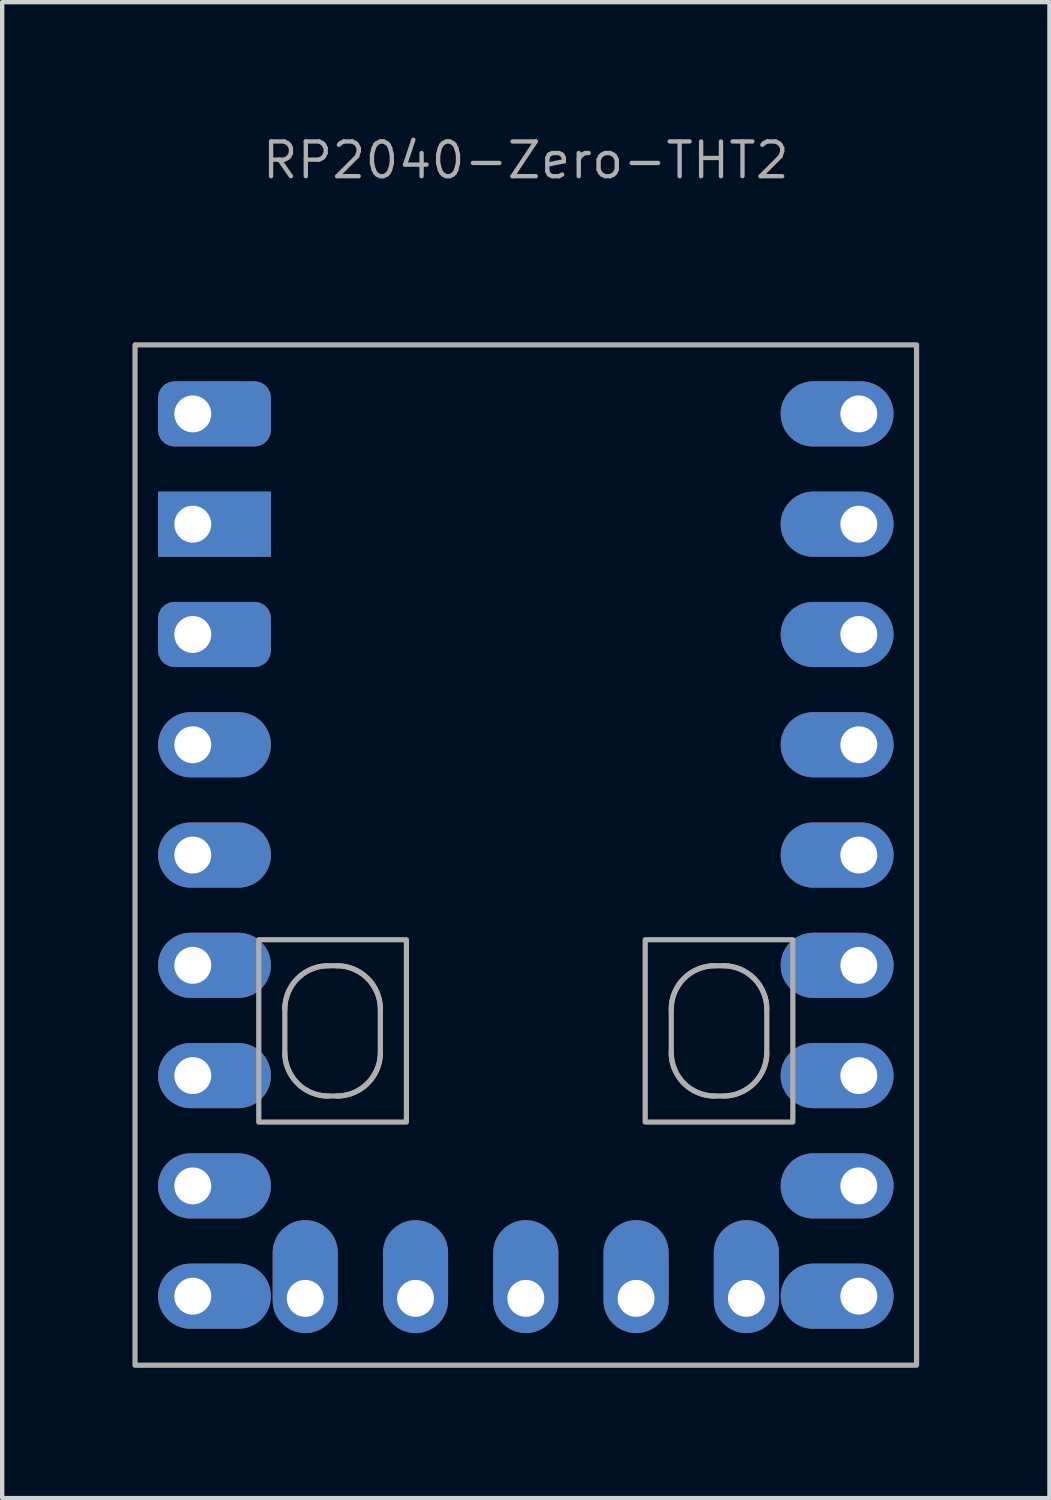
<source format=kicad_pcb>
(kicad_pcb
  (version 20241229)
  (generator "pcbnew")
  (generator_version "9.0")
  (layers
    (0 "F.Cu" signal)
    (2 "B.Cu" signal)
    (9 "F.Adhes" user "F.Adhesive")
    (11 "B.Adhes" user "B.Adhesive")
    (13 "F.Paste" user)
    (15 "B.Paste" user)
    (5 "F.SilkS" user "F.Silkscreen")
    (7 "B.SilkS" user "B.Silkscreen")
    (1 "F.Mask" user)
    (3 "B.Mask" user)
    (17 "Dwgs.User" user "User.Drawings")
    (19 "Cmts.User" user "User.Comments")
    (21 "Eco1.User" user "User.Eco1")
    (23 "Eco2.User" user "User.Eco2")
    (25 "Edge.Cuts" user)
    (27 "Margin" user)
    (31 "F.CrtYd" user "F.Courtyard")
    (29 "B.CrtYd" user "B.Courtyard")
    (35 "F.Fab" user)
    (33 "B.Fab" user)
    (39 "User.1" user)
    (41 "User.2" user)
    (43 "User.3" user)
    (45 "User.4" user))
  (footprint "RP2040-Zero-THT2"
    (layer "F.Cu")
    (at 9.06 16.643)
    (property "Reference" "RP2040-Zero-THT2" (at 0 -16 0) (layer "F.Fab") (effects (font (size 0.8 0.8) (thickness 0.1))))
    (attr through_hole exclude_from_pos_files)
    (fp_line (start -5.55 4.55) (end -5.55 3.55) (stroke (width 0.12) (type solid)) (layer "F.Fab"))
    (fp_line (start -5.55 3.55) (end -5.549 3.499) (stroke (width 0.12) (type solid)) (layer "F.Fab"))
    (fp_line (start -5.549 3.499) (end -5.545 3.448) (stroke (width 0.12) (type solid)) (layer "F.Fab"))
    (fp_line (start -5.549 4.601) (end -5.55 4.55) (stroke (width 0.12) (type solid)) (layer "F.Fab"))
    (fp_line (start -5.545 3.448) (end -5.538 3.398) (stroke (width 0.12) (type solid)) (layer "F.Fab"))
    (fp_line (start -5.545 4.652) (end -5.549 4.601) (stroke (width 0.12) (type solid)) (layer "F.Fab"))
    (fp_line (start -5.538 3.398) (end -5.53 3.349) (stroke (width 0.12) (type solid)) (layer "F.Fab"))
    (fp_line (start -5.538 4.702) (end -5.545 4.652) (stroke (width 0.12) (type solid)) (layer "F.Fab"))
    (fp_line (start -5.53 3.349) (end -5.518 3.3) (stroke (width 0.12) (type solid)) (layer "F.Fab"))
    (fp_line (start -5.53 4.751) (end -5.538 4.702) (stroke (width 0.12) (type solid)) (layer "F.Fab"))
    (fp_line (start -5.518 3.3) (end -5.505 3.253) (stroke (width 0.12) (type solid)) (layer "F.Fab"))
    (fp_line (start -5.518 4.8) (end -5.53 4.751) (stroke (width 0.12) (type solid)) (layer "F.Fab"))
    (fp_line (start -5.505 3.253) (end -5.489 3.206) (stroke (width 0.12) (type solid)) (layer "F.Fab"))
    (fp_line (start -5.505 4.847) (end -5.518 4.8) (stroke (width 0.12) (type solid)) (layer "F.Fab"))
    (fp_line (start -5.489 3.206) (end -5.471 3.161) (stroke (width 0.12) (type solid)) (layer "F.Fab"))
    (fp_line (start -5.489 4.894) (end -5.505 4.847) (stroke (width 0.12) (type solid)) (layer "F.Fab"))
    (fp_line (start -5.471 3.161) (end -5.451 3.117) (stroke (width 0.12) (type solid)) (layer "F.Fab"))
    (fp_line (start -5.471 4.939) (end -5.489 4.894) (stroke (width 0.12) (type solid)) (layer "F.Fab"))
    (fp_line (start -5.451 3.117) (end -5.429 3.074) (stroke (width 0.12) (type solid)) (layer "F.Fab"))
    (fp_line (start -5.451 4.983) (end -5.471 4.939) (stroke (width 0.12) (type solid)) (layer "F.Fab"))
    (fp_line (start -5.429 3.074) (end -5.405 3.032) (stroke (width 0.12) (type solid)) (layer "F.Fab"))
    (fp_line (start -5.429 5.026) (end -5.451 4.983) (stroke (width 0.12) (type solid)) (layer "F.Fab"))
    (fp_line (start -5.405 3.032) (end -5.379 2.991) (stroke (width 0.12) (type solid)) (layer "F.Fab"))
    (fp_line (start -5.405 5.068) (end -5.429 5.026) (stroke (width 0.12) (type solid)) (layer "F.Fab"))
    (fp_line (start -5.379 2.991) (end -5.351 2.952) (stroke (width 0.12) (type solid)) (layer "F.Fab"))
    (fp_line (start -5.379 5.109) (end -5.405 5.068) (stroke (width 0.12) (type solid)) (layer "F.Fab"))
    (fp_line (start -5.351 2.952) (end -5.322 2.914) (stroke (width 0.12) (type solid)) (layer "F.Fab"))
    (fp_line (start -5.351 5.148) (end -5.379 5.109) (stroke (width 0.12) (type solid)) (layer "F.Fab"))
    (fp_line (start -5.322 2.914) (end -5.29 2.878) (stroke (width 0.12) (type solid)) (layer "F.Fab"))
    (fp_line (start -5.322 5.186) (end -5.351 5.148) (stroke (width 0.12) (type solid)) (layer "F.Fab"))
    (fp_line (start -5.29 2.878) (end -5.257 2.843) (stroke (width 0.12) (type solid)) (layer "F.Fab"))
    (fp_line (start -5.29 5.222) (end -5.322 5.186) (stroke (width 0.12) (type solid)) (layer "F.Fab"))
    (fp_line (start -5.257 2.843) (end -5.222 2.81) (stroke (width 0.12) (type solid)) (layer "F.Fab"))
    (fp_line (start -5.257 5.257) (end -5.29 5.222) (stroke (width 0.12) (type solid)) (layer "F.Fab"))
    (fp_line (start -5.222 2.81) (end -5.186 2.778) (stroke (width 0.12) (type solid)) (layer "F.Fab"))
    (fp_line (start -5.222 5.29) (end -5.257 5.257) (stroke (width 0.12) (type solid)) (layer "F.Fab"))
    (fp_line (start -5.186 2.778) (end -5.148 2.749) (stroke (width 0.12) (type solid)) (layer "F.Fab"))
    (fp_line (start -5.186 5.322) (end -5.222 5.29) (stroke (width 0.12) (type solid)) (layer "F.Fab"))
    (fp_line (start -5.148 2.749) (end -5.109 2.721) (stroke (width 0.12) (type solid)) (layer "F.Fab"))
    (fp_line (start -5.148 5.351) (end -5.186 5.322) (stroke (width 0.12) (type solid)) (layer "F.Fab"))
    (fp_line (start -5.109 2.721) (end -5.068 2.695) (stroke (width 0.12) (type solid)) (layer "F.Fab"))
    (fp_line (start -5.109 5.379) (end -5.148 5.351) (stroke (width 0.12) (type solid)) (layer "F.Fab"))
    (fp_line (start -5.068 2.695) (end -5.026 2.671) (stroke (width 0.12) (type solid)) (layer "F.Fab"))
    (fp_line (start -5.068 5.405) (end -5.109 5.379) (stroke (width 0.12) (type solid)) (layer "F.Fab"))
    (fp_line (start -5.026 2.671) (end -4.983 2.649) (stroke (width 0.12) (type solid)) (layer "F.Fab"))
    (fp_line (start -5.026 5.429) (end -5.068 5.405) (stroke (width 0.12) (type solid)) (layer "F.Fab"))
    (fp_line (start -4.983 2.649) (end -4.939 2.629) (stroke (width 0.12) (type solid)) (layer "F.Fab"))
    (fp_line (start -4.983 5.451) (end -5.026 5.429) (stroke (width 0.12) (type solid)) (layer "F.Fab"))
    (fp_line (start -4.939 2.629) (end -4.894 2.611) (stroke (width 0.12) (type solid)) (layer "F.Fab"))
    (fp_line (start -4.939 5.471) (end -4.983 5.451) (stroke (width 0.12) (type solid)) (layer "F.Fab"))
    (fp_line (start -4.894 2.611) (end -4.847 2.595) (stroke (width 0.12) (type solid)) (layer "F.Fab"))
    (fp_line (start -4.894 5.489) (end -4.939 5.471) (stroke (width 0.12) (type solid)) (layer "F.Fab"))
    (fp_line (start -4.847 2.595) (end -4.8 2.582) (stroke (width 0.12) (type solid)) (layer "F.Fab"))
    (fp_line (start -4.847 5.505) (end -4.894 5.489) (stroke (width 0.12) (type solid)) (layer "F.Fab"))
    (fp_line (start -4.8 2.582) (end -4.751 2.57) (stroke (width 0.12) (type solid)) (layer "F.Fab"))
    (fp_line (start -4.8 5.518) (end -4.847 5.505) (stroke (width 0.12) (type solid)) (layer "F.Fab"))
    (fp_line (start -4.751 2.57) (end -4.702 2.562) (stroke (width 0.12) (type solid)) (layer "F.Fab"))
    (fp_line (start -4.751 5.53) (end -4.8 5.518) (stroke (width 0.12) (type solid)) (layer "F.Fab"))
    (fp_line (start -4.702 2.562) (end -4.652 2.555) (stroke (width 0.12) (type solid)) (layer "F.Fab"))
    (fp_line (start -4.702 5.538) (end -4.751 5.53) (stroke (width 0.12) (type solid)) (layer "F.Fab"))
    (fp_line (start -4.652 2.555) (end -4.601 2.551) (stroke (width 0.12) (type solid)) (layer "F.Fab"))
    (fp_line (start -4.652 5.545) (end -4.702 5.538) (stroke (width 0.12) (type solid)) (layer "F.Fab"))
    (fp_line (start -4.601 2.551) (end -4.55 2.55) (stroke (width 0.12) (type solid)) (layer "F.Fab"))
    (fp_line (start -4.601 5.549) (end -4.652 5.545) (stroke (width 0.12) (type solid)) (layer "F.Fab"))
    (fp_line (start -4.55 2.55) (end -4.35 2.55) (stroke (width 0.12) (type solid)) (layer "F.Fab"))
    (fp_line (start -4.55 5.55) (end -4.601 5.549) (stroke (width 0.12) (type solid)) (layer "F.Fab"))
    (fp_line (start -4.35 2.55) (end -4.299 2.551) (stroke (width 0.12) (type solid)) (layer "F.Fab"))
    (fp_line (start -4.35 5.55) (end -4.55 5.55) (stroke (width 0.12) (type solid)) (layer "F.Fab"))
    (fp_line (start -4.299 2.551) (end -4.248 2.555) (stroke (width 0.12) (type solid)) (layer "F.Fab"))
    (fp_line (start -4.299 5.549) (end -4.35 5.55) (stroke (width 0.12) (type solid)) (layer "F.Fab"))
    (fp_line (start -4.248 2.555) (end -4.198 2.562) (stroke (width 0.12) (type solid)) (layer "F.Fab"))
    (fp_line (start -4.248 5.545) (end -4.299 5.549) (stroke (width 0.12) (type solid)) (layer "F.Fab"))
    (fp_line (start -4.198 2.562) (end -4.149 2.57) (stroke (width 0.12) (type solid)) (layer "F.Fab"))
    (fp_line (start -4.198 5.538) (end -4.248 5.545) (stroke (width 0.12) (type solid)) (layer "F.Fab"))
    (fp_line (start -4.149 2.57) (end -4.1 2.582) (stroke (width 0.12) (type solid)) (layer "F.Fab"))
    (fp_line (start -4.149 5.53) (end -4.198 5.538) (stroke (width 0.12) (type solid)) (layer "F.Fab"))
    (fp_line (start -4.1 5.518) (end -4.149 5.53) (stroke (width 0.12) (type solid)) (layer "F.Fab"))
    (fp_line (start -4.1 2.582) (end -4.053 2.595) (stroke (width 0.12) (type solid)) (layer "F.Fab"))
    (fp_line (start -4.053 2.595) (end -4.006 2.611) (stroke (width 0.12) (type solid)) (layer "F.Fab"))
    (fp_line (start -4.053 5.505) (end -4.1 5.518) (stroke (width 0.12) (type solid)) (layer "F.Fab"))
    (fp_line (start -4.006 2.611) (end -3.961 2.629) (stroke (width 0.12) (type solid)) (layer "F.Fab"))
    (fp_line (start -4.006 5.489) (end -4.053 5.505) (stroke (width 0.12) (type solid)) (layer "F.Fab"))
    (fp_line (start -3.961 2.629) (end -3.917 2.649) (stroke (width 0.12) (type solid)) (layer "F.Fab"))
    (fp_line (start -3.961 5.471) (end -4.006 5.489) (stroke (width 0.12) (type solid)) (layer "F.Fab"))
    (fp_line (start -3.917 2.649) (end -3.874 2.671) (stroke (width 0.12) (type solid)) (layer "F.Fab"))
    (fp_line (start -3.917 5.451) (end -3.961 5.471) (stroke (width 0.12) (type solid)) (layer "F.Fab"))
    (fp_line (start -3.874 2.671) (end -3.832 2.695) (stroke (width 0.12) (type solid)) (layer "F.Fab"))
    (fp_line (start -3.874 5.429) (end -3.917 5.451) (stroke (width 0.12) (type solid)) (layer "F.Fab"))
    (fp_line (start -3.832 5.405) (end -3.874 5.429) (stroke (width 0.12) (type solid)) (layer "F.Fab"))
    (fp_line (start -3.832 2.695) (end -3.791 2.721) (stroke (width 0.12) (type solid)) (layer "F.Fab"))
    (fp_line (start -3.791 2.721) (end -3.752 2.749) (stroke (width 0.12) (type solid)) (layer "F.Fab"))
    (fp_line (start -3.791 5.379) (end -3.832 5.405) (stroke (width 0.12) (type solid)) (layer "F.Fab"))
    (fp_line (start -3.752 2.749) (end -3.714 2.778) (stroke (width 0.12) (type solid)) (layer "F.Fab"))
    (fp_line (start -3.752 5.351) (end -3.791 5.379) (stroke (width 0.12) (type solid)) (layer "F.Fab"))
    (fp_line (start -3.714 2.778) (end -3.678 2.81) (stroke (width 0.12) (type solid)) (layer "F.Fab"))
    (fp_line (start -3.714 5.322) (end -3.752 5.351) (stroke (width 0.12) (type solid)) (layer "F.Fab"))
    (fp_line (start -3.678 2.81) (end -3.643 2.843) (stroke (width 0.12) (type solid)) (layer "F.Fab"))
    (fp_line (start -3.678 5.29) (end -3.714 5.322) (stroke (width 0.12) (type solid)) (layer "F.Fab"))
    (fp_line (start -3.643 2.843) (end -3.61 2.878) (stroke (width 0.12) (type solid)) (layer "F.Fab"))
    (fp_line (start -3.643 5.257) (end -3.678 5.29) (stroke (width 0.12) (type solid)) (layer "F.Fab"))
    (fp_line (start -3.61 2.878) (end -3.578 2.914) (stroke (width 0.12) (type solid)) (layer "F.Fab"))
    (fp_line (start -3.61 5.222) (end -3.643 5.257) (stroke (width 0.12) (type solid)) (layer "F.Fab"))
    (fp_line (start -3.578 2.914) (end -3.549 2.952) (stroke (width 0.12) (type solid)) (layer "F.Fab"))
    (fp_line (start -3.578 5.186) (end -3.61 5.222) (stroke (width 0.12) (type solid)) (layer "F.Fab"))
    (fp_line (start -3.549 2.952) (end -3.521 2.991) (stroke (width 0.12) (type solid)) (layer "F.Fab"))
    (fp_line (start -3.549 5.148) (end -3.578 5.186) (stroke (width 0.12) (type solid)) (layer "F.Fab"))
    (fp_line (start -3.521 2.991) (end -3.495 3.032) (stroke (width 0.12) (type solid)) (layer "F.Fab"))
    (fp_line (start -3.521 5.109) (end -3.549 5.148) (stroke (width 0.12) (type solid)) (layer "F.Fab"))
    (fp_line (start -3.495 3.032) (end -3.471 3.074) (stroke (width 0.12) (type solid)) (layer "F.Fab"))
    (fp_line (start -3.495 5.068) (end -3.521 5.109) (stroke (width 0.12) (type solid)) (layer "F.Fab"))
    (fp_line (start -3.471 3.074) (end -3.449 3.117) (stroke (width 0.12) (type solid)) (layer "F.Fab"))
    (fp_line (start -3.471 5.026) (end -3.495 5.068) (stroke (width 0.12) (type solid)) (layer "F.Fab"))
    (fp_line (start -3.449 3.117) (end -3.429 3.161) (stroke (width 0.12) (type solid)) (layer "F.Fab"))
    (fp_line (start -3.449 4.983) (end -3.471 5.026) (stroke (width 0.12) (type solid)) (layer "F.Fab"))
    (fp_line (start -3.429 4.939) (end -3.449 4.983) (stroke (width 0.12) (type solid)) (layer "F.Fab"))
    (fp_line (start -3.429 3.161) (end -3.411 3.206) (stroke (width 0.12) (type solid)) (layer "F.Fab"))
    (fp_line (start -3.411 4.894) (end -3.429 4.939) (stroke (width 0.12) (type solid)) (layer "F.Fab"))
    (fp_line (start -3.411 3.206) (end -3.395 3.253) (stroke (width 0.12) (type solid)) (layer "F.Fab"))
    (fp_line (start -3.395 3.253) (end -3.382 3.3) (stroke (width 0.12) (type solid)) (layer "F.Fab"))
    (fp_line (start -3.395 4.847) (end -3.411 4.894) (stroke (width 0.12) (type solid)) (layer "F.Fab"))
    (fp_line (start -3.382 4.8) (end -3.395 4.847) (stroke (width 0.12) (type solid)) (layer "F.Fab"))
    (fp_line (start -3.382 3.3) (end -3.37 3.349) (stroke (width 0.12) (type solid)) (layer "F.Fab"))
    (fp_line (start -3.37 3.349) (end -3.362 3.398) (stroke (width 0.12) (type solid)) (layer "F.Fab"))
    (fp_line (start -3.37 4.751) (end -3.382 4.8) (stroke (width 0.12) (type solid)) (layer "F.Fab"))
    (fp_line (start -3.362 3.398) (end -3.355 3.448) (stroke (width 0.12) (type solid)) (layer "F.Fab"))
    (fp_line (start -3.362 4.702) (end -3.37 4.751) (stroke (width 0.12) (type solid)) (layer "F.Fab"))
    (fp_line (start -3.355 3.448) (end -3.351 3.499) (stroke (width 0.12) (type solid)) (layer "F.Fab"))
    (fp_line (start -3.355 4.652) (end -3.362 4.702) (stroke (width 0.12) (type solid)) (layer "F.Fab"))
    (fp_line (start -3.351 3.499) (end -3.35 3.55) (stroke (width 0.12) (type solid)) (layer "F.Fab"))
    (fp_line (start -3.351 4.601) (end -3.355 4.652) (stroke (width 0.12) (type solid)) (layer "F.Fab"))
    (fp_line (start -3.35 3.55) (end -3.35 4.55) (stroke (width 0.12) (type solid)) (layer "F.Fab"))
    (fp_line (start -3.35 4.55) (end -3.351 4.601) (stroke (width 0.12) (type solid)) (layer "F.Fab"))
    (fp_line (start 3.35 3.55) (end 3.351 3.499) (stroke (width 0.12) (type solid)) (layer "F.Fab"))
    (fp_line (start 3.35 4.55) (end 3.35 3.55) (stroke (width 0.12) (type solid)) (layer "F.Fab"))
    (fp_line (start 3.351 3.499) (end 3.355 3.448) (stroke (width 0.12) (type solid)) (layer "F.Fab"))
    (fp_line (start 3.351 4.601) (end 3.35 4.55) (stroke (width 0.12) (type solid)) (layer "F.Fab"))
    (fp_line (start 3.355 3.448) (end 3.362 3.398) (stroke (width 0.12) (type solid)) (layer "F.Fab"))
    (fp_line (start 3.355 4.652) (end 3.351 4.601) (stroke (width 0.12) (type solid)) (layer "F.Fab"))
    (fp_line (start 3.362 3.398) (end 3.37 3.349) (stroke (width 0.12) (type solid)) (layer "F.Fab"))
    (fp_line (start 3.362 4.702) (end 3.355 4.652) (stroke (width 0.12) (type solid)) (layer "F.Fab"))
    (fp_line (start 3.37 3.349) (end 3.382 3.3) (stroke (width 0.12) (type solid)) (layer "F.Fab"))
    (fp_line (start 3.37 4.751) (end 3.362 4.702) (stroke (width 0.12) (type solid)) (layer "F.Fab"))
    (fp_line (start 3.382 3.3) (end 3.395 3.253) (stroke (width 0.12) (type solid)) (layer "F.Fab"))
    (fp_line (start 3.382 4.8) (end 3.37 4.751) (stroke (width 0.12) (type solid)) (layer "F.Fab"))
    (fp_line (start 3.395 3.253) (end 3.411 3.206) (stroke (width 0.12) (type solid)) (layer "F.Fab"))
    (fp_line (start 3.395 4.847) (end 3.382 4.8) (stroke (width 0.12) (type solid)) (layer "F.Fab"))
    (fp_line (start 3.411 3.206) (end 3.429 3.161) (stroke (width 0.12) (type solid)) (layer "F.Fab"))
    (fp_line (start 3.411 4.894) (end 3.395 4.847) (stroke (width 0.12) (type solid)) (layer "F.Fab"))
    (fp_line (start 3.429 3.161) (end 3.449 3.117) (stroke (width 0.12) (type solid)) (layer "F.Fab"))
    (fp_line (start 3.429 4.939) (end 3.411 4.894) (stroke (width 0.12) (type solid)) (layer "F.Fab"))
    (fp_line (start 3.449 3.117) (end 3.471 3.074) (stroke (width 0.12) (type solid)) (layer "F.Fab"))
    (fp_line (start 3.449 4.983) (end 3.429 4.939) (stroke (width 0.12) (type solid)) (layer "F.Fab"))
    (fp_line (start 3.471 3.074) (end 3.495 3.032) (stroke (width 0.12) (type solid)) (layer "F.Fab"))
    (fp_line (start 3.471 5.026) (end 3.449 4.983) (stroke (width 0.12) (type solid)) (layer "F.Fab"))
    (fp_line (start 3.495 3.032) (end 3.521 2.991) (stroke (width 0.12) (type solid)) (layer "F.Fab"))
    (fp_line (start 3.495 5.068) (end 3.471 5.026) (stroke (width 0.12) (type solid)) (layer "F.Fab"))
    (fp_line (start 3.521 2.991) (end 3.549 2.952) (stroke (width 0.12) (type solid)) (layer "F.Fab"))
    (fp_line (start 3.521 5.109) (end 3.495 5.068) (stroke (width 0.12) (type solid)) (layer "F.Fab"))
    (fp_line (start 3.549 2.952) (end 3.578 2.914) (stroke (width 0.12) (type solid)) (layer "F.Fab"))
    (fp_line (start 3.549 5.148) (end 3.521 5.109) (stroke (width 0.12) (type solid)) (layer "F.Fab"))
    (fp_line (start 3.578 2.914) (end 3.61 2.878) (stroke (width 0.12) (type solid)) (layer "F.Fab"))
    (fp_line (start 3.578 5.186) (end 3.549 5.148) (stroke (width 0.12) (type solid)) (layer "F.Fab"))
    (fp_line (start 3.61 2.878) (end 3.643 2.843) (stroke (width 0.12) (type solid)) (layer "F.Fab"))
    (fp_line (start 3.61 5.222) (end 3.578 5.186) (stroke (width 0.12) (type solid)) (layer "F.Fab"))
    (fp_line (start 3.643 5.257) (end 3.61 5.222) (stroke (width 0.12) (type solid)) (layer "F.Fab"))
    (fp_line (start 3.643 2.843) (end 3.678 2.81) (stroke (width 0.12) (type solid)) (layer "F.Fab"))
    (fp_line (start 3.678 2.81) (end 3.714 2.778) (stroke (width 0.12) (type solid)) (layer "F.Fab"))
    (fp_line (start 3.678 5.29) (end 3.643 5.257) (stroke (width 0.12) (type solid)) (layer "F.Fab"))
    (fp_line (start 3.714 2.778) (end 3.752 2.749) (stroke (width 0.12) (type solid)) (layer "F.Fab"))
    (fp_line (start 3.714 5.322) (end 3.678 5.29) (stroke (width 0.12) (type solid)) (layer "F.Fab"))
    (fp_line (start 3.752 2.749) (end 3.791 2.721) (stroke (width 0.12) (type solid)) (layer "F.Fab"))
    (fp_line (start 3.752 5.351) (end 3.714 5.322) (stroke (width 0.12) (type solid)) (layer "F.Fab"))
    (fp_line (start 3.791 2.721) (end 3.832 2.695) (stroke (width 0.12) (type solid)) (layer "F.Fab"))
    (fp_line (start 3.791 5.379) (end 3.752 5.351) (stroke (width 0.12) (type solid)) (layer "F.Fab"))
    (fp_line (start 3.832 2.695) (end 3.874 2.671) (stroke (width 0.12) (type solid)) (layer "F.Fab"))
    (fp_line (start 3.832 5.405) (end 3.791 5.379) (stroke (width 0.12) (type solid)) (layer "F.Fab"))
    (fp_line (start 3.874 5.429) (end 3.832 5.405) (stroke (width 0.12) (type solid)) (layer "F.Fab"))
    (fp_line (start 3.874 2.671) (end 3.917 2.649) (stroke (width 0.12) (type solid)) (layer "F.Fab"))
    (fp_line (start 3.917 2.649) (end 3.961 2.629) (stroke (width 0.12) (type solid)) (layer "F.Fab"))
    (fp_line (start 3.917 5.451) (end 3.874 5.429) (stroke (width 0.12) (type solid)) (layer "F.Fab"))
    (fp_line (start 3.961 2.629) (end 4.006 2.611) (stroke (width 0.12) (type solid)) (layer "F.Fab"))
    (fp_line (start 3.961 5.471) (end 3.917 5.451) (stroke (width 0.12) (type solid)) (layer "F.Fab"))
    (fp_line (start 4.006 2.611) (end 4.053 2.595) (stroke (width 0.12) (type solid)) (layer "F.Fab"))
    (fp_line (start 4.006 5.489) (end 3.961 5.471) (stroke (width 0.12) (type solid)) (layer "F.Fab"))
    (fp_line (start 4.053 2.595) (end 4.1 2.582) (stroke (width 0.12) (type solid)) (layer "F.Fab"))
    (fp_line (start 4.053 5.505) (end 4.006 5.489) (stroke (width 0.12) (type solid)) (layer "F.Fab"))
    (fp_line (start 4.1 2.582) (end 4.149 2.57) (stroke (width 0.12) (type solid)) (layer "F.Fab"))
    (fp_line (start 4.1 5.518) (end 4.053 5.505) (stroke (width 0.12) (type solid)) (layer "F.Fab"))
    (fp_line (start 4.149 2.57) (end 4.198 2.562) (stroke (width 0.12) (type solid)) (layer "F.Fab"))
    (fp_line (start 4.149 5.53) (end 4.1 5.518) (stroke (width 0.12) (type solid)) (layer "F.Fab"))
    (fp_line (start 4.198 5.538) (end 4.149 5.53) (stroke (width 0.12) (type solid)) (layer "F.Fab"))
    (fp_line (start 4.198 2.562) (end 4.248 2.555) (stroke (width 0.12) (type solid)) (layer "F.Fab"))
    (fp_line (start 4.248 2.555) (end 4.299 2.551) (stroke (width 0.12) (type solid)) (layer "F.Fab"))
    (fp_line (start 4.248 5.545) (end 4.198 5.538) (stroke (width 0.12) (type solid)) (layer "F.Fab"))
    (fp_line (start 4.299 2.551) (end 4.35 2.55) (stroke (width 0.12) (type solid)) (layer "F.Fab"))
    (fp_line (start 4.299 5.549) (end 4.248 5.545) (stroke (width 0.12) (type solid)) (layer "F.Fab"))
    (fp_line (start 4.35 2.55) (end 4.55 2.55) (stroke (width 0.12) (type solid)) (layer "F.Fab"))
    (fp_line (start 4.35 5.55) (end 4.299 5.549) (stroke (width 0.12) (type solid)) (layer "F.Fab"))
    (fp_line (start 4.55 2.55) (end 4.601 2.551) (stroke (width 0.12) (type solid)) (layer "F.Fab"))
    (fp_line (start 4.55 5.55) (end 4.35 5.55) (stroke (width 0.12) (type solid)) (layer "F.Fab"))
    (fp_line (start 4.601 2.551) (end 4.652 2.555) (stroke (width 0.12) (type solid)) (layer "F.Fab"))
    (fp_line (start 4.601 5.549) (end 4.55 5.55) (stroke (width 0.12) (type solid)) (layer "F.Fab"))
    (fp_line (start 4.652 2.555) (end 4.702 2.562) (stroke (width 0.12) (type solid)) (layer "F.Fab"))
    (fp_line (start 4.652 5.545) (end 4.601 5.549) (stroke (width 0.12) (type solid)) (layer "F.Fab"))
    (fp_line (start 4.702 2.562) (end 4.751 2.57) (stroke (width 0.12) (type solid)) (layer "F.Fab"))
    (fp_line (start 4.702 5.538) (end 4.652 5.545) (stroke (width 0.12) (type solid)) (layer "F.Fab"))
    (fp_line (start 4.751 2.57) (end 4.8 2.582) (stroke (width 0.12) (type solid)) (layer "F.Fab"))
    (fp_line (start 4.751 5.53) (end 4.702 5.538) (stroke (width 0.12) (type solid)) (layer "F.Fab"))
    (fp_line (start 4.8 2.582) (end 4.847 2.595) (stroke (width 0.12) (type solid)) (layer "F.Fab"))
    (fp_line (start 4.8 5.518) (end 4.751 5.53) (stroke (width 0.12) (type solid)) (layer "F.Fab"))
    (fp_line (start 4.847 5.505) (end 4.8 5.518) (stroke (width 0.12) (type solid)) (layer "F.Fab"))
    (fp_line (start 4.847 2.595) (end 4.894 2.611) (stroke (width 0.12) (type solid)) (layer "F.Fab"))
    (fp_line (start 4.894 2.611) (end 4.939 2.629) (stroke (width 0.12) (type solid)) (layer "F.Fab"))
    (fp_line (start 4.894 5.489) (end 4.847 5.505) (stroke (width 0.12) (type solid)) (layer "F.Fab"))
    (fp_line (start 4.939 2.629) (end 4.983 2.649) (stroke (width 0.12) (type solid)) (layer "F.Fab"))
    (fp_line (start 4.939 5.471) (end 4.894 5.489) (stroke (width 0.12) (type solid)) (layer "F.Fab"))
    (fp_line (start 4.983 2.649) (end 5.026 2.671) (stroke (width 0.12) (type solid)) (layer "F.Fab"))
    (fp_line (start 4.983 5.451) (end 4.939 5.471) (stroke (width 0.12) (type solid)) (layer "F.Fab"))
    (fp_line (start 5.026 2.671) (end 5.068 2.695) (stroke (width 0.12) (type solid)) (layer "F.Fab"))
    (fp_line (start 5.026 5.429) (end 4.983 5.451) (stroke (width 0.12) (type solid)) (layer "F.Fab"))
    (fp_line (start 5.068 2.695) (end 5.109 2.721) (stroke (width 0.12) (type solid)) (layer "F.Fab"))
    (fp_line (start 5.068 5.405) (end 5.026 5.429) (stroke (width 0.12) (type solid)) (layer "F.Fab"))
    (fp_line (start 5.109 2.721) (end 5.148 2.749) (stroke (width 0.12) (type solid)) (layer "F.Fab"))
    (fp_line (start 5.109 5.379) (end 5.068 5.405) (stroke (width 0.12) (type solid)) (layer "F.Fab"))
    (fp_line (start 5.148 2.749) (end 5.186 2.778) (stroke (width 0.12) (type solid)) (layer "F.Fab"))
    (fp_line (start 5.148 5.351) (end 5.109 5.379) (stroke (width 0.12) (type solid)) (layer "F.Fab"))
    (fp_line (start 5.186 2.778) (end 5.222 2.81) (stroke (width 0.12) (type solid)) (layer "F.Fab"))
    (fp_line (start 5.186 5.322) (end 5.148 5.351) (stroke (width 0.12) (type solid)) (layer "F.Fab"))
    (fp_line (start 5.222 2.81) (end 5.257 2.843) (stroke (width 0.12) (type solid)) (layer "F.Fab"))
    (fp_line (start 5.222 5.29) (end 5.186 5.322) (stroke (width 0.12) (type solid)) (layer "F.Fab"))
    (fp_line (start 5.257 2.843) (end 5.29 2.878) (stroke (width 0.12) (type solid)) (layer "F.Fab"))
    (fp_line (start 5.257 5.257) (end 5.222 5.29) (stroke (width 0.12) (type solid)) (layer "F.Fab"))
    (fp_line (start 5.29 2.878) (end 5.322 2.914) (stroke (width 0.12) (type solid)) (layer "F.Fab"))
    (fp_line (start 5.29 5.222) (end 5.257 5.257) (stroke (width 0.12) (type solid)) (layer "F.Fab"))
    (fp_line (start 5.322 2.914) (end 5.351 2.952) (stroke (width 0.12) (type solid)) (layer "F.Fab"))
    (fp_line (start 5.322 5.186) (end 5.29 5.222) (stroke (width 0.12) (type solid)) (layer "F.Fab"))
    (fp_line (start 5.351 2.952) (end 5.379 2.991) (stroke (width 0.12) (type solid)) (layer "F.Fab"))
    (fp_line (start 5.351 5.148) (end 5.322 5.186) (stroke (width 0.12) (type solid)) (layer "F.Fab"))
    (fp_line (start 5.379 2.991) (end 5.405 3.032) (stroke (width 0.12) (type solid)) (layer "F.Fab"))
    (fp_line (start 5.379 5.109) (end 5.351 5.148) (stroke (width 0.12) (type solid)) (layer "F.Fab"))
    (fp_line (start 5.405 5.068) (end 5.379 5.109) (stroke (width 0.12) (type solid)) (layer "F.Fab"))
    (fp_line (start 5.405 3.032) (end 5.429 3.074) (stroke (width 0.12) (type solid)) (layer "F.Fab"))
    (fp_line (start 5.429 3.074) (end 5.451 3.117) (stroke (width 0.12) (type solid)) (layer "F.Fab"))
    (fp_line (start 5.429 5.026) (end 5.405 5.068) (stroke (width 0.12) (type solid)) (layer "F.Fab"))
    (fp_line (start 5.451 3.117) (end 5.471 3.161) (stroke (width 0.12) (type solid)) (layer "F.Fab"))
    (fp_line (start 5.451 4.983) (end 5.429 5.026) (stroke (width 0.12) (type solid)) (layer "F.Fab"))
    (fp_line (start 5.471 3.161) (end 5.489 3.206) (stroke (width 0.12) (type solid)) (layer "F.Fab"))
    (fp_line (start 5.471 4.939) (end 5.451 4.983) (stroke (width 0.12) (type solid)) (layer "F.Fab"))
    (fp_line (start 5.489 4.894) (end 5.471 4.939) (stroke (width 0.12) (type solid)) (layer "F.Fab"))
    (fp_line (start 5.489 3.206) (end 5.505 3.253) (stroke (width 0.12) (type solid)) (layer "F.Fab"))
    (fp_line (start 5.505 3.253) (end 5.518 3.3) (stroke (width 0.12) (type solid)) (layer "F.Fab"))
    (fp_line (start 5.505 4.847) (end 5.489 4.894) (stroke (width 0.12) (type solid)) (layer "F.Fab"))
    (fp_line (start 5.518 3.3) (end 5.53 3.349) (stroke (width 0.12) (type solid)) (layer "F.Fab"))
    (fp_line (start 5.518 4.8) (end 5.505 4.847) (stroke (width 0.12) (type solid)) (layer "F.Fab"))
    (fp_line (start 5.53 3.349) (end 5.538 3.398) (stroke (width 0.12) (type solid)) (layer "F.Fab"))
    (fp_line (start 5.53 4.751) (end 5.518 4.8) (stroke (width 0.12) (type solid)) (layer "F.Fab"))
    (fp_line (start 5.538 3.398) (end 5.545 3.448) (stroke (width 0.12) (type solid)) (layer "F.Fab"))
    (fp_line (start 5.538 4.702) (end 5.53 4.751) (stroke (width 0.12) (type solid)) (layer "F.Fab"))
    (fp_line (start 5.545 3.448) (end 5.549 3.499) (stroke (width 0.12) (type solid)) (layer "F.Fab"))
    (fp_line (start 5.545 4.652) (end 5.538 4.702) (stroke (width 0.12) (type solid)) (layer "F.Fab"))
    (fp_line (start 5.549 3.499) (end 5.55 3.55) (stroke (width 0.12) (type solid)) (layer "F.Fab"))
    (fp_line (start 5.549 4.601) (end 5.545 4.652) (stroke (width 0.12) (type solid)) (layer "F.Fab"))
    (fp_line (start 5.55 3.55) (end 5.55 4.55) (stroke (width 0.12) (type solid)) (layer "F.Fab"))
    (fp_line (start 5.55 4.55) (end 5.549 4.601) (stroke (width 0.12) (type solid)) (layer "F.Fab"))
    (fp_poly (pts (xy -2.75 6.15) (xy -6.15 6.15) (xy -6.15 1.95) (xy -2.75 1.95)) (stroke (width 0.12) (type default)) (fill no) (layer "F.Fab"))
    (fp_poly (pts (xy 6.15 6.15) (xy 2.75 6.15) (xy 2.75 1.95) (xy 6.15 1.95)) (stroke (width 0.12) (type default)) (fill no) (layer "F.Fab"))
    (fp_poly (pts (xy 9 11.75) (xy -9 11.75) (xy -9 -11.75) (xy 9 -11.75)) (stroke (width 0.12) (type solid)) (fill no) (layer "F.Fab"))
    (fp_poly (pts (xy 6.35 8.89) (xy -6.35 8.89) (xy -6.35 -11.43) (xy 6.35 -11.43)) (stroke (width 0.05) (type default)) (fill no) (layer "User.3"))
    (pad "0" thru_hole oval (at 7.67 -10.16) (size 2.6 1.5) (drill 0.85 (offset -0.5 0)) (layers "*.Cu" "*.Mask"))
    (pad "1" thru_hole oval (at 7.67 -7.62) (size 2.6 1.5) (drill 0.85 (offset -0.5 0)) (layers "*.Cu" "*.Mask"))
    (pad "2" thru_hole oval (at 7.67 -5.08) (size 2.6 1.5) (drill 0.85 (offset -0.5 0)) (layers "*.Cu" "*.Mask"))
    (pad "3" thru_hole oval (at 7.67 -2.54) (size 2.6 1.5) (drill 0.85 (offset -0.5 0)) (layers "*.Cu" "*.Mask"))
    (pad "4" thru_hole oval (at 7.67 0) (size 2.6 1.5) (drill 0.85 (offset -0.5 0)) (layers "*.Cu" "*.Mask"))
    (pad "5" thru_hole oval (at 7.67 2.54) (size 2.6 1.5) (drill 0.85 (offset -0.5 0)) (layers "*.Cu" "*.Mask"))
    (pad "6" thru_hole oval (at 7.67 5.08) (size 2.6 1.5) (drill 0.85 (offset -0.5 0)) (layers "*.Cu" "*.Mask"))
    (pad "7" thru_hole oval (at 7.67 7.62) (size 2.6 1.5) (drill 0.85 (offset -0.5 0)) (layers "*.Cu" "*.Mask"))
    (pad "8" thru_hole oval (at 7.67 10.16) (size 2.6 1.5) (drill 0.85 (offset -0.5 0)) (layers "*.Cu" "*.Mask"))
    (pad "9" thru_hole oval (at 5.08 10.21 270) (size 2.6 1.5) (drill 0.85 (offset -0.5 0)) (layers "*.Cu" "*.Mask"))
    (pad "10" thru_hole oval (at 2.54 10.21 270) (size 2.6 1.5) (drill 0.85 (offset -0.5 0)) (layers "*.Cu" "*.Mask"))
    (pad "11" thru_hole oval (at 0 10.21 270) (size 2.6 1.5) (drill 0.85 (offset -0.5 0)) (layers "*.Cu" "*.Mask"))
    (pad "12" thru_hole oval (at -2.54 10.21 270) (size 2.6 1.5) (drill 0.85 (offset -0.5 0)) (layers "*.Cu" "*.Mask"))
    (pad "13" thru_hole oval (at -5.08 10.21 270) (size 2.6 1.5) (drill 0.85 (offset -0.5 0)) (layers "*.Cu" "*.Mask"))
    (pad "14" thru_hole oval (at -7.67 10.16 180) (size 2.6 1.5) (drill 0.85 (offset -0.5 0)) (layers "*.Cu" "*.Mask"))
    (pad "15" thru_hole oval (at -7.67 7.62 180) (size 2.6 1.5) (drill 0.85 (offset -0.5 0)) (layers "*.Cu" "*.Mask"))
    (pad "26" thru_hole oval (at -7.67 5.08 180) (size 2.6 1.5) (drill 0.85 (offset -0.5 0)) (layers "*.Cu" "*.Mask"))
    (pad "27" thru_hole oval (at -7.67 2.54 180) (size 2.6 1.5) (drill 0.85 (offset -0.5 0)) (layers "*.Cu" "*.Mask"))
    (pad "28" thru_hole oval (at -7.67 0 180) (size 2.6 1.5) (drill 0.85 (offset -0.5 0)) (layers "*.Cu" "*.Mask"))
    (pad "29" thru_hole oval (at -7.67 -2.54 180) (size 2.6 1.5) (drill 0.85 (offset -0.5 0)) (layers "*.Cu" "*.Mask"))
    (pad "30" thru_hole roundrect (at -7.67 -5.08 180) (size 2.6 1.5) (drill 0.85 (offset -0.5 0)) (layers "*.Cu" "*.Mask") (roundrect_rratio 0.25))
    (pad "31" thru_hole rect (at -7.67 -7.62 180) (size 2.6 1.5) (drill 0.85 (offset -0.5 0)) (layers "*.Cu" "*.Mask"))
    (pad "32" thru_hole roundrect (at -7.67 -10.16 180) (size 2.6 1.5) (drill 0.85 (offset -0.5 0)) (layers "*.Cu" "*.Mask") (roundrect_rratio 0.25)))
  (gr_rect
    (start -3 -3)
    (end 21.12 31.453)
    (stroke (width 0.1) (type default))
    (fill no)
    (layer "Edge.Cuts")))
</source>
